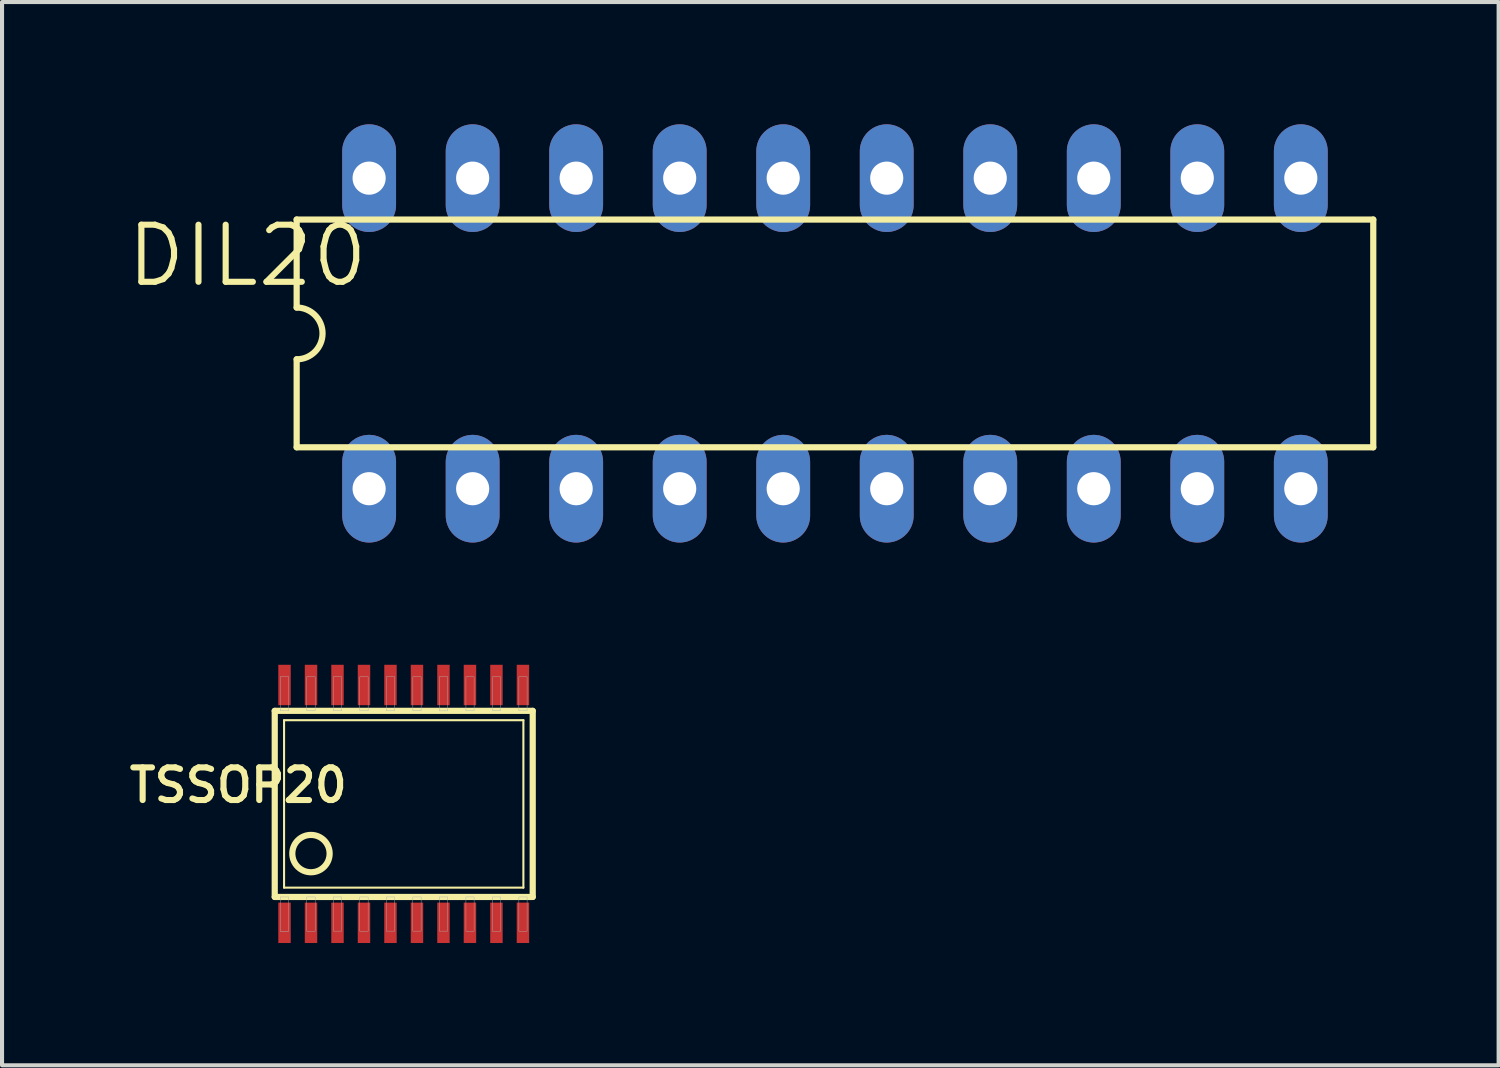
<source format=kicad_pcb>
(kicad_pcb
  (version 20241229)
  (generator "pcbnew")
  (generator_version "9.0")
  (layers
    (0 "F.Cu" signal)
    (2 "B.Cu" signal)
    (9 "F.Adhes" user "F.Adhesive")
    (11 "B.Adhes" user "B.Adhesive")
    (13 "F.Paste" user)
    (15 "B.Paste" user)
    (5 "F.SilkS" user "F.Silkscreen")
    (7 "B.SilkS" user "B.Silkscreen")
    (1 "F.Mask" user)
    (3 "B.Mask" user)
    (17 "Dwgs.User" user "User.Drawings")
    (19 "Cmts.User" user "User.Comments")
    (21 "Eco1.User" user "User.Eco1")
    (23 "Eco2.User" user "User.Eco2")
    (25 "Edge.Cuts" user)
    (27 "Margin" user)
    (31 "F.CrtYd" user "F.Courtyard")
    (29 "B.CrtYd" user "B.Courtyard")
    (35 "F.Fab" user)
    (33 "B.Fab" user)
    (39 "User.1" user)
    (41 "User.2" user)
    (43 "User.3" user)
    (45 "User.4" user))
  (footprint "TSSOP20"
    (layer "F.Cu")
    (at 6.856 16.675)
    (property "Reference" "TSSOP20" (at -4.06 -0.458 180) (layer "F.SilkS") (effects (font (size 0.801 0.801) (thickness 0.15))))
    (attr smd)
    (fp_line (start -3.165 2.283) (end -3.165 -2.283) (stroke (width 0.152) (type solid)) (layer "F.SilkS"))
    (fp_line (start -3.165 2.283) (end 3.165 2.283) (stroke (width 0.152) (type solid)) (layer "F.SilkS"))
    (fp_line (start -2.936 2.054) (end -2.936 -2.054) (stroke (width 0.051) (type solid)) (layer "F.SilkS"))
    (fp_line (start -2.936 2.054) (end 2.936 2.054) (stroke (width 0.051) (type solid)) (layer "F.SilkS"))
    (fp_line (start 2.936 -2.054) (end -2.936 -2.054) (stroke (width 0.051) (type solid)) (layer "F.SilkS"))
    (fp_line (start 2.936 -2.054) (end 2.936 2.054) (stroke (width 0.051) (type solid)) (layer "F.SilkS"))
    (fp_line (start 3.165 -2.283) (end -3.165 -2.283) (stroke (width 0.152) (type solid)) (layer "F.SilkS"))
    (fp_line (start 3.165 -2.283) (end 3.165 2.283) (stroke (width 0.152) (type solid)) (layer "F.SilkS"))
    (fp_circle (center -2.276 1.219) (end -1.818 1.219) (stroke (width 0.152) (type solid)) (fill no) (layer "F.SilkS"))
    (fp_poly (pts (xy -3.03 2.283) (xy -2.823 2.283) (xy -2.823 3.124) (xy -3.03 3.124)) (stroke (width 0.01) (type solid)) (fill no) (layer "F.Fab"))
    (fp_poly (pts (xy -3.028 -3.121) (xy -2.823 -3.121) (xy -2.823 -2.284) (xy -3.028 -2.284)) (stroke (width 0.01) (type solid)) (fill no) (layer "F.Fab"))
    (fp_poly (pts (xy -2.381 -3.121) (xy -2.173 -3.121) (xy -2.173 -2.287) (xy -2.381 -2.287)) (stroke (width 0.01) (type solid)) (fill no) (layer "F.Fab"))
    (fp_poly (pts (xy -2.38 2.283) (xy -2.173 2.283) (xy -2.173 3.126) (xy -2.38 3.126)) (stroke (width 0.01) (type solid)) (fill no) (layer "F.Fab"))
    (fp_poly (pts (xy -1.727 -3.121) (xy -1.523 -3.121) (xy -1.523 -2.284) (xy -1.727 -2.284)) (stroke (width 0.01) (type solid)) (fill no) (layer "F.Fab"))
    (fp_poly (pts (xy -1.727 2.283) (xy -1.523 2.283) (xy -1.523 3.122) (xy -1.727 3.122)) (stroke (width 0.01) (type solid)) (fill no) (layer "F.Fab"))
    (fp_poly (pts (xy -1.078 2.283) (xy -0.873 2.283) (xy -0.873 3.126) (xy -1.078 3.126)) (stroke (width 0.01) (type solid)) (fill no) (layer "F.Fab"))
    (fp_poly (pts (xy -1.078 -3.121) (xy -0.873 -3.121) (xy -0.873 -2.285) (xy -1.078 -2.285)) (stroke (width 0.01) (type solid)) (fill no) (layer "F.Fab"))
    (fp_poly (pts (xy -0.427 -3.121) (xy -0.223 -3.121) (xy -0.223 -2.286) (xy -0.427 -2.286)) (stroke (width 0.01) (type solid)) (fill no) (layer "F.Fab"))
    (fp_poly (pts (xy -0.427 2.283) (xy -0.223 2.283) (xy -0.223 3.121) (xy -0.427 3.121)) (stroke (width 0.01) (type solid)) (fill no) (layer "F.Fab"))
    (fp_poly (pts (xy 0.223 2.283) (xy 0.427 2.283) (xy 0.427 3.122) (xy 0.223 3.122)) (stroke (width 0.01) (type solid)) (fill no) (layer "F.Fab"))
    (fp_poly (pts (xy 0.224 -3.121) (xy 0.427 -3.121) (xy 0.427 -2.287) (xy 0.224 -2.287)) (stroke (width 0.01) (type solid)) (fill no) (layer "F.Fab"))
    (fp_poly (pts (xy 0.874 -3.121) (xy 1.077 -3.121) (xy 1.077 -2.283) (xy 0.874 -2.283)) (stroke (width 0.01) (type solid)) (fill no) (layer "F.Fab"))
    (fp_poly (pts (xy 0.874 2.283) (xy 1.077 2.283) (xy 1.077 3.122) (xy 0.874 3.122)) (stroke (width 0.01) (type solid)) (fill no) (layer "F.Fab"))
    (fp_poly (pts (xy 1.526 -3.121) (xy 1.727 -3.121) (xy 1.727 -2.286) (xy 1.526 -2.286)) (stroke (width 0.01) (type solid)) (fill no) (layer "F.Fab"))
    (fp_poly (pts (xy 1.526 2.283) (xy 1.727 2.283) (xy 1.727 3.126) (xy 1.526 3.126)) (stroke (width 0.01) (type solid)) (fill no) (layer "F.Fab"))
    (fp_poly (pts (xy 2.176 2.283) (xy 2.377 2.283) (xy 2.377 3.125) (xy 2.176 3.125)) (stroke (width 0.01) (type solid)) (fill no) (layer "F.Fab"))
    (fp_poly (pts (xy 2.178 -3.121) (xy 2.377 -3.121) (xy 2.377 -2.287) (xy 2.178 -2.287)) (stroke (width 0.01) (type solid)) (fill no) (layer "F.Fab"))
    (fp_poly (pts (xy 2.825 -3.121) (xy 3.027 -3.121) (xy 3.027 -2.284) (xy 2.825 -2.284)) (stroke (width 0.01) (type solid)) (fill no) (layer "F.Fab"))
    (fp_poly (pts (xy 2.825 2.283) (xy 3.027 2.283) (xy 3.027 3.123) (xy 2.825 3.123)) (stroke (width 0.01) (type solid)) (fill no) (layer "F.Fab"))
    (pad "1" smd rect (at -2.925 2.918) (size 0.305 0.991) (layers "F.Cu" "F.Mask" "F.Paste"))
    (pad "2" smd rect (at -2.275 2.918) (size 0.305 0.991) (layers "F.Cu" "F.Mask" "F.Paste"))
    (pad "3" smd rect (at -1.625 2.918) (size 0.305 0.991) (layers "F.Cu" "F.Mask" "F.Paste"))
    (pad "4" smd rect (at -0.975 2.918) (size 0.305 0.991) (layers "F.Cu" "F.Mask" "F.Paste"))
    (pad "5" smd rect (at -0.325 2.918) (size 0.305 0.991) (layers "F.Cu" "F.Mask" "F.Paste"))
    (pad "6" smd rect (at 0.325 2.918) (size 0.305 0.991) (layers "F.Cu" "F.Mask" "F.Paste"))
    (pad "7" smd rect (at 0.975 2.918) (size 0.305 0.991) (layers "F.Cu" "F.Mask" "F.Paste"))
    (pad "8" smd rect (at 1.625 2.918) (size 0.305 0.991) (layers "F.Cu" "F.Mask" "F.Paste"))
    (pad "9" smd rect (at 2.275 2.918) (size 0.305 0.991) (layers "F.Cu" "F.Mask" "F.Paste"))
    (pad "10" smd rect (at 2.925 2.918) (size 0.305 0.991) (layers "F.Cu" "F.Mask" "F.Paste"))
    (pad "11" smd rect (at 2.925 -2.918) (size 0.305 0.991) (layers "F.Cu" "F.Mask" "F.Paste"))
    (pad "12" smd rect (at 2.275 -2.918) (size 0.305 0.991) (layers "F.Cu" "F.Mask" "F.Paste"))
    (pad "13" smd rect (at 1.625 -2.918) (size 0.305 0.991) (layers "F.Cu" "F.Mask" "F.Paste"))
    (pad "14" smd rect (at 0.975 -2.918) (size 0.305 0.991) (layers "F.Cu" "F.Mask" "F.Paste"))
    (pad "15" smd rect (at 0.325 -2.918) (size 0.305 0.991) (layers "F.Cu" "F.Mask" "F.Paste"))
    (pad "16" smd rect (at -0.325 -2.918) (size 0.305 0.991) (layers "F.Cu" "F.Mask" "F.Paste"))
    (pad "17" smd rect (at -0.975 -2.918) (size 0.305 0.991) (layers "F.Cu" "F.Mask" "F.Paste"))
    (pad "18" smd rect (at -1.625 -2.918) (size 0.305 0.991) (layers "F.Cu" "F.Mask" "F.Paste"))
    (pad "19" smd rect (at -2.275 -2.918) (size 0.305 0.991) (layers "F.Cu" "F.Mask" "F.Paste"))
    (pad "20" smd rect (at -2.925 -2.918) (size 0.305 0.991) (layers "F.Cu" "F.Mask" "F.Paste")))
  (footprint "DIL20"
    (layer "F.Cu")
    (at 17.437 5.131)
    (property "Reference" "DIL20" (at -14.416 -1.907 180) (layer "F.SilkS") (effects (font (size 1.401 1.401) (thickness 0.15))))
    (attr through_hole)
    (fp_line (start -13.208 -2.794) (end -13.208 -0.635) (stroke (width 0.152) (type solid)) (layer "F.SilkS"))
    (fp_line (start -13.208 -2.794) (end 13.208 -2.794) (stroke (width 0.152) (type solid)) (layer "F.SilkS"))
    (fp_line (start -13.208 0.635) (end -13.208 2.794) (stroke (width 0.152) (type solid)) (layer "F.SilkS"))
    (fp_line (start 13.208 2.794) (end -13.208 2.794) (stroke (width 0.152) (type solid)) (layer "F.SilkS"))
    (fp_line (start 13.208 2.794) (end 13.208 -2.794) (stroke (width 0.152) (type solid)) (layer "F.SilkS"))
    (fp_arc (start -13.208 -0.635) (mid -12.573 0) (end -13.208 0.635) (stroke (width 0.1524) (type solid)) (layer "F.SilkS"))
    (pad "1" thru_hole oval (at -11.43 3.81) (size 1.321 2.642) (drill 0.813) (layers "*.Cu" "*.Mask"))
    (pad "2" thru_hole oval (at -8.89 3.81) (size 1.321 2.642) (drill 0.813) (layers "*.Cu" "*.Mask"))
    (pad "3" thru_hole oval (at -6.35 3.81) (size 1.321 2.642) (drill 0.813) (layers "*.Cu" "*.Mask"))
    (pad "4" thru_hole oval (at -3.81 3.81) (size 1.321 2.642) (drill 0.813) (layers "*.Cu" "*.Mask"))
    (pad "5" thru_hole oval (at -1.27 3.81) (size 1.321 2.642) (drill 0.813) (layers "*.Cu" "*.Mask"))
    (pad "6" thru_hole oval (at 1.27 3.81) (size 1.321 2.642) (drill 0.813) (layers "*.Cu" "*.Mask"))
    (pad "7" thru_hole oval (at 3.81 3.81) (size 1.321 2.642) (drill 0.813) (layers "*.Cu" "*.Mask"))
    (pad "8" thru_hole oval (at 6.35 3.81) (size 1.321 2.642) (drill 0.813) (layers "*.Cu" "*.Mask"))
    (pad "9" thru_hole oval (at 8.89 3.81) (size 1.321 2.642) (drill 0.813) (layers "*.Cu" "*.Mask"))
    (pad "10" thru_hole oval (at 11.43 3.81) (size 1.321 2.642) (drill 0.813) (layers "*.Cu" "*.Mask"))
    (pad "11" thru_hole oval (at 11.43 -3.81) (size 1.321 2.642) (drill 0.813) (layers "*.Cu" "*.Mask"))
    (pad "12" thru_hole oval (at 8.89 -3.81) (size 1.321 2.642) (drill 0.813) (layers "*.Cu" "*.Mask"))
    (pad "13" thru_hole oval (at 6.35 -3.81) (size 1.321 2.642) (drill 0.813) (layers "*.Cu" "*.Mask"))
    (pad "14" thru_hole oval (at 3.81 -3.81) (size 1.321 2.642) (drill 0.813) (layers "*.Cu" "*.Mask"))
    (pad "15" thru_hole oval (at 1.27 -3.81) (size 1.321 2.642) (drill 0.813) (layers "*.Cu" "*.Mask"))
    (pad "16" thru_hole oval (at -1.27 -3.81) (size 1.321 2.642) (drill 0.813) (layers "*.Cu" "*.Mask"))
    (pad "17" thru_hole oval (at -3.81 -3.81) (size 1.321 2.642) (drill 0.813) (layers "*.Cu" "*.Mask"))
    (pad "18" thru_hole oval (at -6.35 -3.81) (size 1.321 2.642) (drill 0.813) (layers "*.Cu" "*.Mask"))
    (pad "19" thru_hole oval (at -8.89 -3.81) (size 1.321 2.642) (drill 0.813) (layers "*.Cu" "*.Mask"))
    (pad "20" thru_hole oval (at -11.43 -3.81) (size 1.321 2.642) (drill 0.813) (layers "*.Cu" "*.Mask")))
  (gr_rect
    (start -3 -3)
    (end 33.721 23.088)
    (stroke (width 0.1) (type default))
    (fill no)
    (layer "Edge.Cuts")))
</source>
